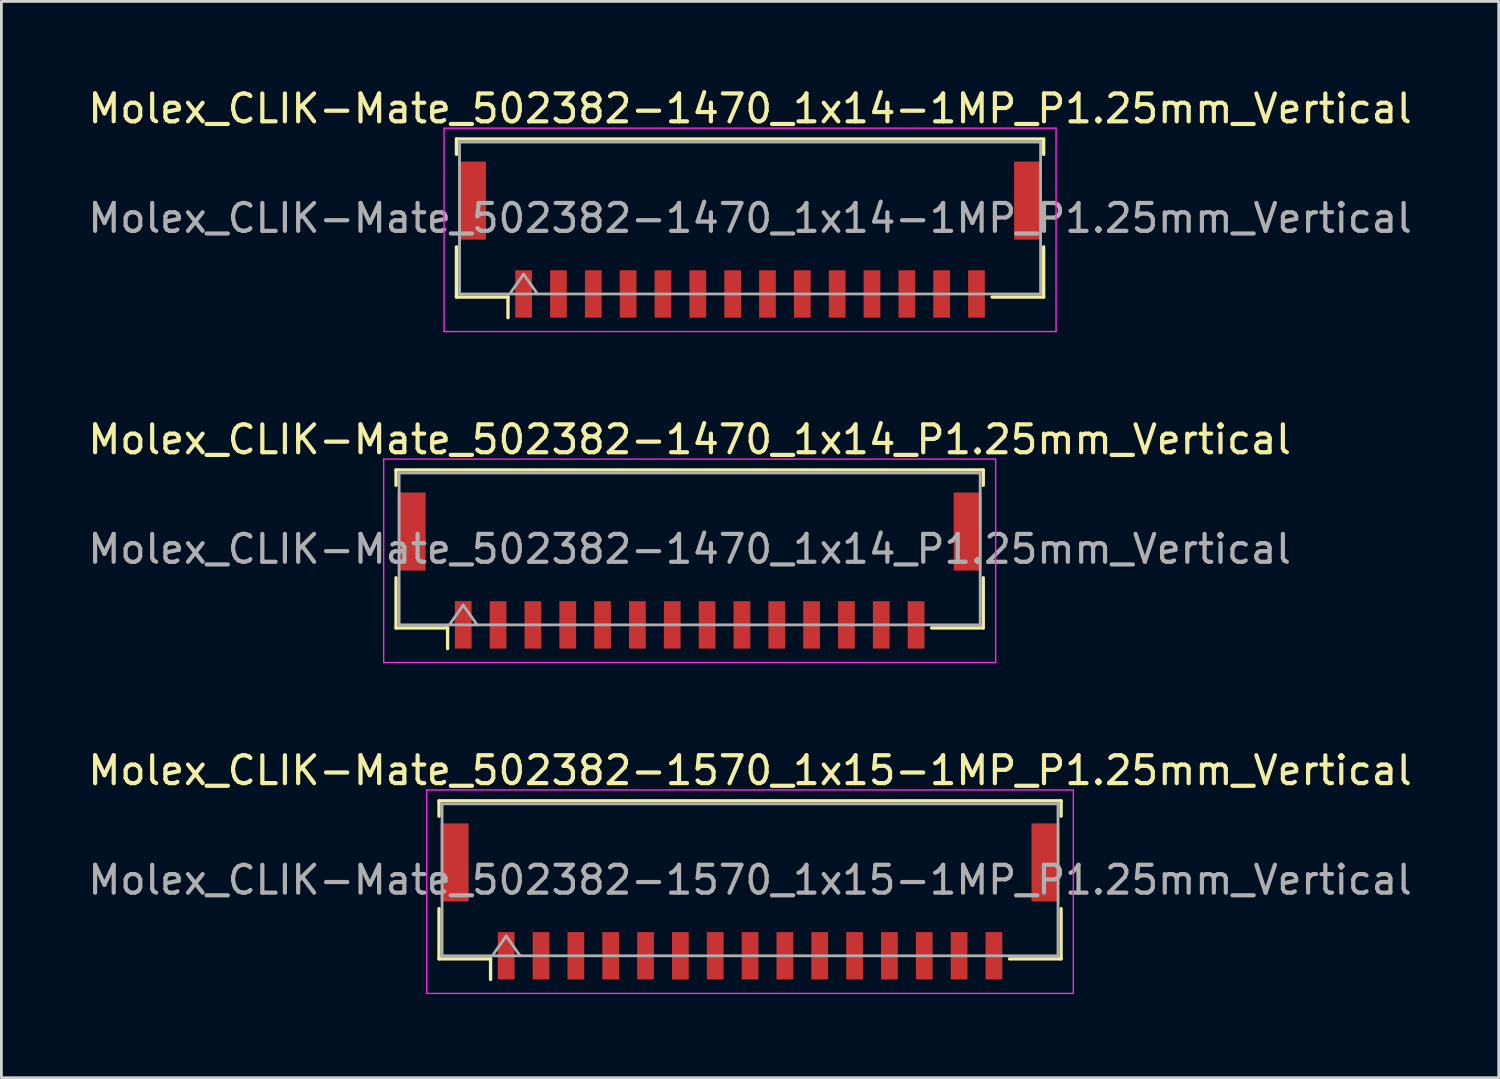
<source format=kicad_pcb>
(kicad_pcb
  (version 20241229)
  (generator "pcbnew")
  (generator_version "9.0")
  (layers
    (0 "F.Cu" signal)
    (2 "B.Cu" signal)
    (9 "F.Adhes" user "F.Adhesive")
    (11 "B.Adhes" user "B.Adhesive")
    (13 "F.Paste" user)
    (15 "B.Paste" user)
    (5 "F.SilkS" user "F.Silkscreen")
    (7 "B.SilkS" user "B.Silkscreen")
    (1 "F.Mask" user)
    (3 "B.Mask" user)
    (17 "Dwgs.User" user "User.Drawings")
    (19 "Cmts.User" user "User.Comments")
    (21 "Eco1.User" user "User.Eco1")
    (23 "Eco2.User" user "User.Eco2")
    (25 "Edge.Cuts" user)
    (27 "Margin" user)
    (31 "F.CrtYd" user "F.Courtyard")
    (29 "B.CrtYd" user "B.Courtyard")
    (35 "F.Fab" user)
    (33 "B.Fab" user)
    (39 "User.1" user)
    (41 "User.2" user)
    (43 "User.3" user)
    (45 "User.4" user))
  (footprint "Molex_CLIK-Mate_502382-1470_1x14-1MP_P1.25mm_Vertical"
    (layer "F.Cu")
    (at 23.863 5.548)
    (property "Reference" "Molex_CLIK-Mate_502382-1470_1x14-1MP_P1.25mm_Vertical" (at 0 -4.7 0) (layer "F.SilkS") (effects (font (size 1 1) (thickness 0.15))))
    (attr smd)
    (fp_line (start -10.535 -3.61) (end 10.535 -3.61) (stroke (width 0.12) (type solid)) (layer "F.SilkS"))
    (fp_line (start -10.535 -3.06) (end -10.535 -3.61) (stroke (width 0.12) (type solid)) (layer "F.SilkS"))
    (fp_line (start -10.535 0.26) (end -10.535 2.06) (stroke (width 0.12) (type solid)) (layer "F.SilkS"))
    (fp_line (start -10.535 2.06) (end -8.685 2.06) (stroke (width 0.12) (type solid)) (layer "F.SilkS"))
    (fp_line (start -8.685 2.06) (end -8.685 2.8) (stroke (width 0.12) (type solid)) (layer "F.SilkS"))
    (fp_line (start 10.535 -3.61) (end 10.535 -3.06) (stroke (width 0.12) (type solid)) (layer "F.SilkS"))
    (fp_line (start 10.535 0.26) (end 10.535 2.06) (stroke (width 0.12) (type solid)) (layer "F.SilkS"))
    (fp_line (start 10.535 2.06) (end 8.685 2.06) (stroke (width 0.12) (type solid)) (layer "F.SilkS"))
    (fp_line (start -10.98 -4) (end -10.98 3.3) (stroke (width 0.05) (type solid)) (layer "F.CrtYd"))
    (fp_line (start -10.98 3.3) (end 10.98 3.3) (stroke (width 0.05) (type solid)) (layer "F.CrtYd"))
    (fp_line (start 10.98 -4) (end -10.98 -4) (stroke (width 0.05) (type solid)) (layer "F.CrtYd"))
    (fp_line (start 10.98 3.3) (end 10.98 -4) (stroke (width 0.05) (type solid)) (layer "F.CrtYd"))
    (fp_line (start -10.425 -3.5) (end 10.425 -3.5) (stroke (width 0.1) (type solid)) (layer "F.Fab"))
    (fp_line (start -10.425 1.95) (end -10.425 -3.5) (stroke (width 0.1) (type solid)) (layer "F.Fab"))
    (fp_line (start -10.425 1.95) (end 10.425 1.95) (stroke (width 0.1) (type solid)) (layer "F.Fab"))
    (fp_line (start -8.625 1.95) (end -8.125 1.243) (stroke (width 0.1) (type solid)) (layer "F.Fab"))
    (fp_line (start -8.125 1.243) (end -7.625 1.95) (stroke (width 0.1) (type solid)) (layer "F.Fab"))
    (fp_line (start 10.425 1.95) (end 10.425 -3.5) (stroke (width 0.1) (type solid)) (layer "F.Fab"))
    (fp_text user "${REFERENCE}" (at 0 -0.77 0) (layer "F.Fab") (effects (font (size 1 1) (thickness 0.15))))
    (pad "1" smd rect (at -8.125 1.95) (size 0.6 1.7) (layers "F.Cu" "F.Mask" "F.Paste"))
    (pad "2" smd rect (at -6.875 1.95) (size 0.6 1.7) (layers "F.Cu" "F.Mask" "F.Paste"))
    (pad "3" smd rect (at -5.625 1.95) (size 0.6 1.7) (layers "F.Cu" "F.Mask" "F.Paste"))
    (pad "4" smd rect (at -4.375 1.95) (size 0.6 1.7) (layers "F.Cu" "F.Mask" "F.Paste"))
    (pad "5" smd rect (at -3.125 1.95) (size 0.6 1.7) (layers "F.Cu" "F.Mask" "F.Paste"))
    (pad "6" smd rect (at -1.875 1.95) (size 0.6 1.7) (layers "F.Cu" "F.Mask" "F.Paste"))
    (pad "7" smd rect (at -0.625 1.95) (size 0.6 1.7) (layers "F.Cu" "F.Mask" "F.Paste"))
    (pad "8" smd rect (at 0.625 1.95) (size 0.6 1.7) (layers "F.Cu" "F.Mask" "F.Paste"))
    (pad "9" smd rect (at 1.875 1.95) (size 0.6 1.7) (layers "F.Cu" "F.Mask" "F.Paste"))
    (pad "10" smd rect (at 3.125 1.95) (size 0.6 1.7) (layers "F.Cu" "F.Mask" "F.Paste"))
    (pad "11" smd rect (at 4.375 1.95) (size 0.6 1.7) (layers "F.Cu" "F.Mask" "F.Paste"))
    (pad "12" smd rect (at 5.625 1.95) (size 0.6 1.7) (layers "F.Cu" "F.Mask" "F.Paste"))
    (pad "13" smd rect (at 6.875 1.95) (size 0.6 1.7) (layers "F.Cu" "F.Mask" "F.Paste"))
    (pad "14" smd rect (at 8.125 1.95) (size 0.6 1.7) (layers "F.Cu" "F.Mask" "F.Paste"))
    (pad "MP" smd rect (at -9.975 -1.4) (size 1 2.8) (layers "F.Cu" "F.Mask" "F.Paste"))
    (pad "MP" smd rect (at 9.975 -1.4) (size 1 2.8) (layers "F.Cu" "F.Mask" "F.Paste")))
  (footprint "Molex_CLIK-Mate_502382-1570_1x15-1MP_P1.25mm_Vertical"
    (layer "F.Cu")
    (at 23.863 29.295)
    (property "Reference" "Molex_CLIK-Mate_502382-1570_1x15-1MP_P1.25mm_Vertical" (at 0 -4.7 0) (layer "F.SilkS") (effects (font (size 1 1) (thickness 0.15))))
    (attr smd)
    (fp_line (start -11.16 -3.61) (end 11.16 -3.61) (stroke (width 0.12) (type solid)) (layer "F.SilkS"))
    (fp_line (start -11.16 -3.06) (end -11.16 -3.61) (stroke (width 0.12) (type solid)) (layer "F.SilkS"))
    (fp_line (start -11.16 0.26) (end -11.16 2.06) (stroke (width 0.12) (type solid)) (layer "F.SilkS"))
    (fp_line (start -11.16 2.06) (end -9.31 2.06) (stroke (width 0.12) (type solid)) (layer "F.SilkS"))
    (fp_line (start -9.31 2.06) (end -9.31 2.8) (stroke (width 0.12) (type solid)) (layer "F.SilkS"))
    (fp_line (start 11.16 -3.61) (end 11.16 -3.06) (stroke (width 0.12) (type solid)) (layer "F.SilkS"))
    (fp_line (start 11.16 0.26) (end 11.16 2.06) (stroke (width 0.12) (type solid)) (layer "F.SilkS"))
    (fp_line (start 11.16 2.06) (end 9.31 2.06) (stroke (width 0.12) (type solid)) (layer "F.SilkS"))
    (fp_line (start -11.6 -4) (end -11.6 3.3) (stroke (width 0.05) (type solid)) (layer "F.CrtYd"))
    (fp_line (start -11.6 3.3) (end 11.6 3.3) (stroke (width 0.05) (type solid)) (layer "F.CrtYd"))
    (fp_line (start 11.6 -4) (end -11.6 -4) (stroke (width 0.05) (type solid)) (layer "F.CrtYd"))
    (fp_line (start 11.6 3.3) (end 11.6 -4) (stroke (width 0.05) (type solid)) (layer "F.CrtYd"))
    (fp_line (start -11.05 -3.5) (end 11.05 -3.5) (stroke (width 0.1) (type solid)) (layer "F.Fab"))
    (fp_line (start -11.05 1.95) (end -11.05 -3.5) (stroke (width 0.1) (type solid)) (layer "F.Fab"))
    (fp_line (start -11.05 1.95) (end 11.05 1.95) (stroke (width 0.1) (type solid)) (layer "F.Fab"))
    (fp_line (start -9.25 1.95) (end -8.75 1.243) (stroke (width 0.1) (type solid)) (layer "F.Fab"))
    (fp_line (start -8.75 1.243) (end -8.25 1.95) (stroke (width 0.1) (type solid)) (layer "F.Fab"))
    (fp_line (start 11.05 1.95) (end 11.05 -3.5) (stroke (width 0.1) (type solid)) (layer "F.Fab"))
    (fp_text user "${REFERENCE}" (at 0 -0.77 0) (layer "F.Fab") (effects (font (size 1 1) (thickness 0.15))))
    (pad "1" smd rect (at -8.75 1.95) (size 0.6 1.7) (layers "F.Cu" "F.Mask" "F.Paste"))
    (pad "2" smd rect (at -7.5 1.95) (size 0.6 1.7) (layers "F.Cu" "F.Mask" "F.Paste"))
    (pad "3" smd rect (at -6.25 1.95) (size 0.6 1.7) (layers "F.Cu" "F.Mask" "F.Paste"))
    (pad "4" smd rect (at -5 1.95) (size 0.6 1.7) (layers "F.Cu" "F.Mask" "F.Paste"))
    (pad "5" smd rect (at -3.75 1.95) (size 0.6 1.7) (layers "F.Cu" "F.Mask" "F.Paste"))
    (pad "6" smd rect (at -2.5 1.95) (size 0.6 1.7) (layers "F.Cu" "F.Mask" "F.Paste"))
    (pad "7" smd rect (at -1.25 1.95) (size 0.6 1.7) (layers "F.Cu" "F.Mask" "F.Paste"))
    (pad "8" smd rect (at 0 1.95) (size 0.6 1.7) (layers "F.Cu" "F.Mask" "F.Paste"))
    (pad "9" smd rect (at 1.25 1.95) (size 0.6 1.7) (layers "F.Cu" "F.Mask" "F.Paste"))
    (pad "10" smd rect (at 2.5 1.95) (size 0.6 1.7) (layers "F.Cu" "F.Mask" "F.Paste"))
    (pad "11" smd rect (at 3.75 1.95) (size 0.6 1.7) (layers "F.Cu" "F.Mask" "F.Paste"))
    (pad "12" smd rect (at 5 1.95) (size 0.6 1.7) (layers "F.Cu" "F.Mask" "F.Paste"))
    (pad "13" smd rect (at 6.25 1.95) (size 0.6 1.7) (layers "F.Cu" "F.Mask" "F.Paste"))
    (pad "14" smd rect (at 7.5 1.95) (size 0.6 1.7) (layers "F.Cu" "F.Mask" "F.Paste"))
    (pad "15" smd rect (at 8.75 1.95) (size 0.6 1.7) (layers "F.Cu" "F.Mask" "F.Paste"))
    (pad "MP" smd rect (at -10.6 -1.4) (size 1 2.8) (layers "F.Cu" "F.Mask" "F.Paste"))
    (pad "MP" smd rect (at 10.6 -1.4) (size 1 2.8) (layers "F.Cu" "F.Mask" "F.Paste")))
  (footprint "Molex_CLIK-Mate_502382-1470_1x14_P1.25mm_Vertical"
    (layer "F.Cu")
    (at 21.696 17.422)
    (property "Reference" "Molex_CLIK-Mate_502382-1470_1x14_P1.25mm_Vertical" (at 0 -4.7 0) (layer "F.SilkS") (effects (font (size 1 1) (thickness 0.15))))
    (attr smd)
    (fp_line (start -10.535 -3.61) (end 10.535 -3.61) (stroke (width 0.12) (type solid)) (layer "F.SilkS"))
    (fp_line (start -10.535 -3.06) (end -10.535 -3.61) (stroke (width 0.12) (type solid)) (layer "F.SilkS"))
    (fp_line (start -10.535 0.26) (end -10.535 2.06) (stroke (width 0.12) (type solid)) (layer "F.SilkS"))
    (fp_line (start -10.535 2.06) (end -8.685 2.06) (stroke (width 0.12) (type solid)) (layer "F.SilkS"))
    (fp_line (start -8.685 2.06) (end -8.685 2.8) (stroke (width 0.12) (type solid)) (layer "F.SilkS"))
    (fp_line (start 10.535 -3.61) (end 10.535 -3.06) (stroke (width 0.12) (type solid)) (layer "F.SilkS"))
    (fp_line (start 10.535 0.26) (end 10.535 2.06) (stroke (width 0.12) (type solid)) (layer "F.SilkS"))
    (fp_line (start 10.535 2.06) (end 8.685 2.06) (stroke (width 0.12) (type solid)) (layer "F.SilkS"))
    (fp_line (start -10.98 -4) (end -10.98 3.3) (stroke (width 0.05) (type solid)) (layer "F.CrtYd"))
    (fp_line (start -10.98 3.3) (end 10.98 3.3) (stroke (width 0.05) (type solid)) (layer "F.CrtYd"))
    (fp_line (start 10.98 -4) (end -10.98 -4) (stroke (width 0.05) (type solid)) (layer "F.CrtYd"))
    (fp_line (start 10.98 3.3) (end 10.98 -4) (stroke (width 0.05) (type solid)) (layer "F.CrtYd"))
    (fp_line (start -10.425 -3.5) (end 10.425 -3.5) (stroke (width 0.1) (type solid)) (layer "F.Fab"))
    (fp_line (start -10.425 1.95) (end -10.425 -3.5) (stroke (width 0.1) (type solid)) (layer "F.Fab"))
    (fp_line (start -10.425 1.95) (end 10.425 1.95) (stroke (width 0.1) (type solid)) (layer "F.Fab"))
    (fp_line (start -8.625 1.95) (end -8.125 1.243) (stroke (width 0.1) (type solid)) (layer "F.Fab"))
    (fp_line (start -8.125 1.243) (end -7.625 1.95) (stroke (width 0.1) (type solid)) (layer "F.Fab"))
    (fp_line (start 10.425 1.95) (end 10.425 -3.5) (stroke (width 0.1) (type solid)) (layer "F.Fab"))
    (fp_text user "${REFERENCE}" (at 0 -0.77 0) (layer "F.Fab") (effects (font (size 1 1) (thickness 0.15))))
    (pad "" smd rect (at -9.975 -1.4) (size 1 2.8) (layers "F.Cu" "F.Mask" "F.Paste"))
    (pad "" smd rect (at 9.975 -1.4) (size 1 2.8) (layers "F.Cu" "F.Mask" "F.Paste"))
    (pad "1" smd rect (at -8.125 1.95) (size 0.6 1.7) (layers "F.Cu" "F.Mask" "F.Paste"))
    (pad "2" smd rect (at -6.875 1.95) (size 0.6 1.7) (layers "F.Cu" "F.Mask" "F.Paste"))
    (pad "3" smd rect (at -5.625 1.95) (size 0.6 1.7) (layers "F.Cu" "F.Mask" "F.Paste"))
    (pad "4" smd rect (at -4.375 1.95) (size 0.6 1.7) (layers "F.Cu" "F.Mask" "F.Paste"))
    (pad "5" smd rect (at -3.125 1.95) (size 0.6 1.7) (layers "F.Cu" "F.Mask" "F.Paste"))
    (pad "6" smd rect (at -1.875 1.95) (size 0.6 1.7) (layers "F.Cu" "F.Mask" "F.Paste"))
    (pad "7" smd rect (at -0.625 1.95) (size 0.6 1.7) (layers "F.Cu" "F.Mask" "F.Paste"))
    (pad "8" smd rect (at 0.625 1.95) (size 0.6 1.7) (layers "F.Cu" "F.Mask" "F.Paste"))
    (pad "9" smd rect (at 1.875 1.95) (size 0.6 1.7) (layers "F.Cu" "F.Mask" "F.Paste"))
    (pad "10" smd rect (at 3.125 1.95) (size 0.6 1.7) (layers "F.Cu" "F.Mask" "F.Paste"))
    (pad "11" smd rect (at 4.375 1.95) (size 0.6 1.7) (layers "F.Cu" "F.Mask" "F.Paste"))
    (pad "12" smd rect (at 5.625 1.95) (size 0.6 1.7) (layers "F.Cu" "F.Mask" "F.Paste"))
    (pad "13" smd rect (at 6.875 1.95) (size 0.6 1.7) (layers "F.Cu" "F.Mask" "F.Paste"))
    (pad "14" smd rect (at 8.125 1.95) (size 0.6 1.7) (layers "F.Cu" "F.Mask" "F.Paste")))
  (gr_rect
    (start -3 -3)
    (end 50.726 35.62)
    (stroke (width 0.1) (type default))
    (fill no)
    (layer "Edge.Cuts")))
</source>
